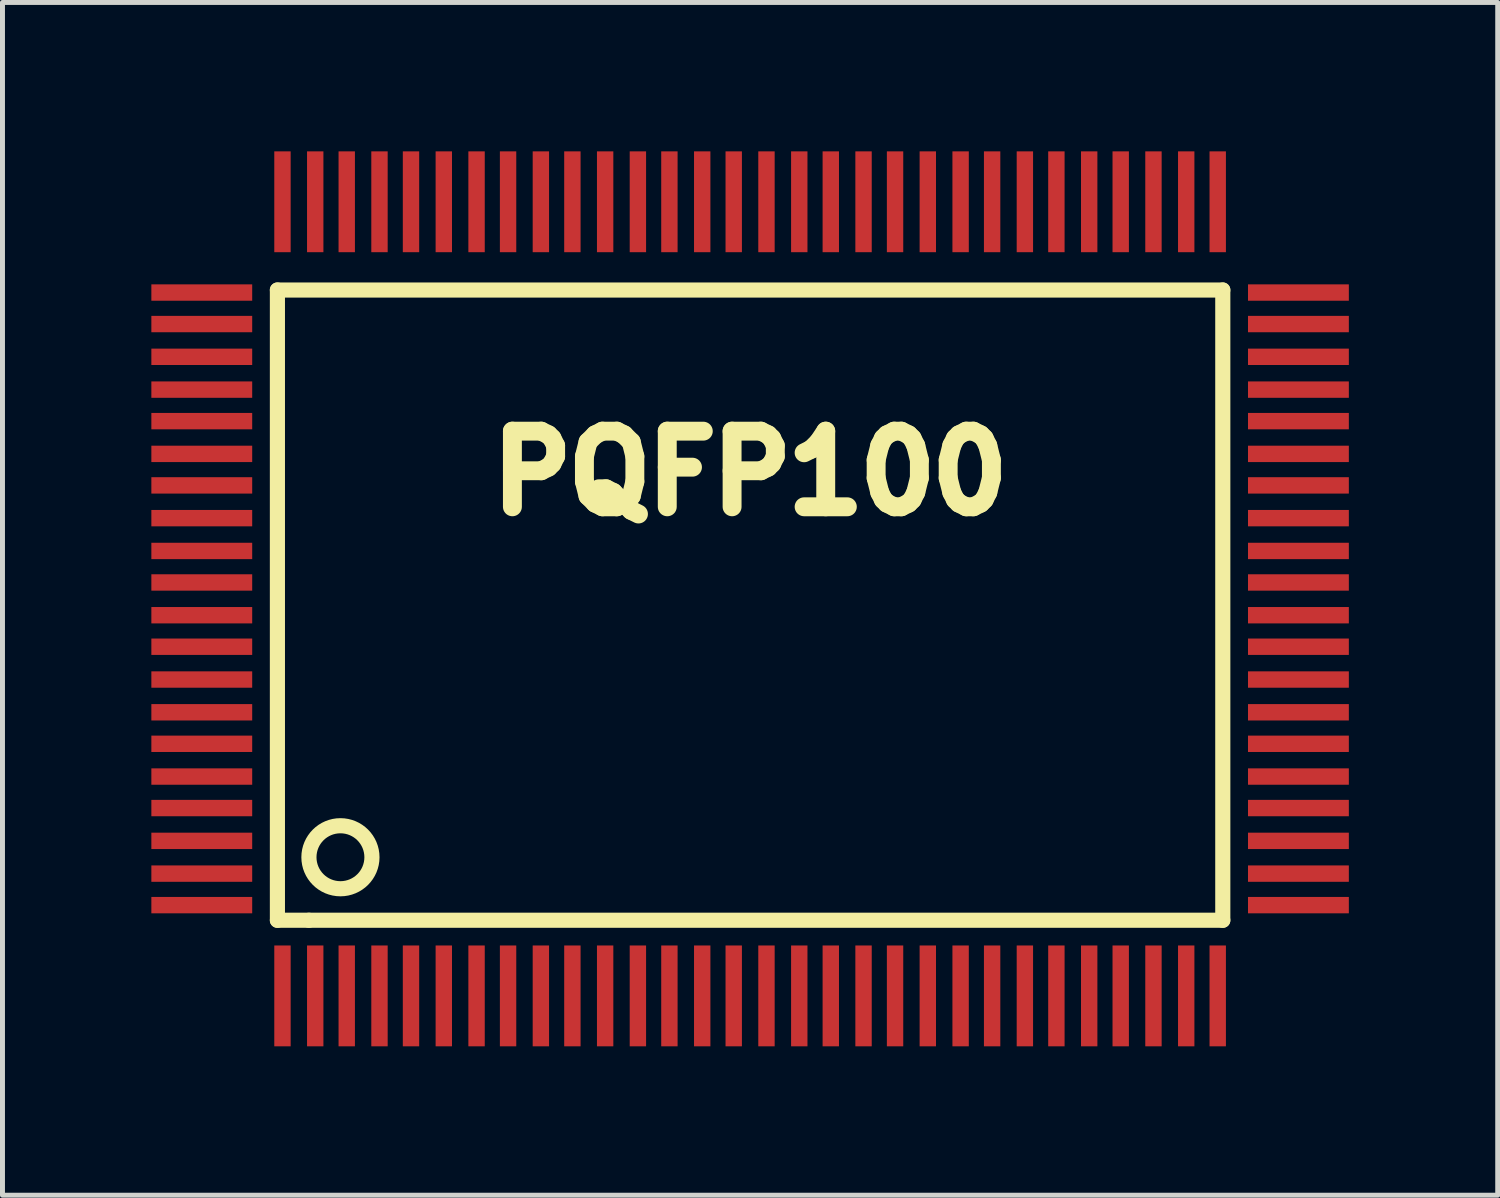
<source format=kicad_pcb>
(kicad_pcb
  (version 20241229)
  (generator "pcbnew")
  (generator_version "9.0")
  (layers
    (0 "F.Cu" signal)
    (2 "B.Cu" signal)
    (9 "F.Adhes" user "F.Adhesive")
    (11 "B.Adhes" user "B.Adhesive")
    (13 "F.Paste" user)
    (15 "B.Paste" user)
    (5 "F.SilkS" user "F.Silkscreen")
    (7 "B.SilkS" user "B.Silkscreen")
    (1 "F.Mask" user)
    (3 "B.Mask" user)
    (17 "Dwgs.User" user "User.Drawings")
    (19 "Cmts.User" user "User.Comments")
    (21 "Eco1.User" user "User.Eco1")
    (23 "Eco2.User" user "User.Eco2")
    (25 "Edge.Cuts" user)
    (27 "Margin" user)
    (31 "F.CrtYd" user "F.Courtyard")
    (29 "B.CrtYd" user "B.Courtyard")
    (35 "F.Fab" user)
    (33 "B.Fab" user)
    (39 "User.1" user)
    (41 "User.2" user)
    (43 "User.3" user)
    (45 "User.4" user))
  (footprint "PQFP100"
    (layer "F.Cu")
    (at 12.065 9.017)
    (property "Reference" "PQFP100" (at 0 -2.54 0) (layer "F.SilkS") (effects (font (size 1.524 1.524) (thickness 0.381))))
    (attr smd)
    (fp_line (start -9.525 -6.223) (end 9.525 -6.223) (stroke (width 0.305) (type solid)) (layer "F.SilkS"))
    (fp_line (start -9.525 6.477) (end -9.525 -6.223) (stroke (width 0.305) (type solid)) (layer "F.SilkS"))
    (fp_line (start -8.89 6.477) (end -9.525 6.477) (stroke (width 0.305) (type solid)) (layer "F.SilkS"))
    (fp_line (start 9.525 -6.223) (end 9.525 6.477) (stroke (width 0.305) (type solid)) (layer "F.SilkS"))
    (fp_line (start 9.525 6.477) (end -8.89 6.477) (stroke (width 0.305) (type solid)) (layer "F.SilkS"))
    (fp_circle (center -8.255 5.207) (end -8.255 5.842) (stroke (width 0.305) (type solid)) (fill no) (layer "F.SilkS"))
    (pad "1" smd rect (at -9.423 8.001) (size 0.33 2.032) (layers "F.Cu" "F.Mask" "F.Paste"))
    (pad "2" smd rect (at -8.763 8.001) (size 0.33 2.032) (layers "F.Cu" "F.Mask" "F.Paste"))
    (pad "3" smd rect (at -8.128 8.001) (size 0.33 2.032) (layers "F.Cu" "F.Mask" "F.Paste"))
    (pad "4" smd rect (at -7.468 8.001) (size 0.33 2.032) (layers "F.Cu" "F.Mask" "F.Paste"))
    (pad "5" smd rect (at -6.833 8.001) (size 0.33 2.032) (layers "F.Cu" "F.Mask" "F.Paste"))
    (pad "6" smd rect (at -6.172 8.001) (size 0.33 2.032) (layers "F.Cu" "F.Mask" "F.Paste"))
    (pad "7" smd rect (at -5.512 8.001) (size 0.33 2.032) (layers "F.Cu" "F.Mask" "F.Paste"))
    (pad "8" smd rect (at -4.877 8.001) (size 0.33 2.032) (layers "F.Cu" "F.Mask" "F.Paste"))
    (pad "9" smd rect (at -4.216 8.001) (size 0.33 2.032) (layers "F.Cu" "F.Mask" "F.Paste"))
    (pad "10" smd rect (at -3.581 8.001) (size 0.33 2.032) (layers "F.Cu" "F.Mask" "F.Paste"))
    (pad "11" smd rect (at -2.921 8.001) (size 0.33 2.032) (layers "F.Cu" "F.Mask" "F.Paste"))
    (pad "12" smd rect (at -2.261 8.001) (size 0.33 2.032) (layers "F.Cu" "F.Mask" "F.Paste"))
    (pad "13" smd rect (at -1.626 8.001) (size 0.33 2.032) (layers "F.Cu" "F.Mask" "F.Paste"))
    (pad "14" smd rect (at -0.965 8.001) (size 0.33 2.032) (layers "F.Cu" "F.Mask" "F.Paste"))
    (pad "15" smd rect (at -0.33 8.001) (size 0.33 2.032) (layers "F.Cu" "F.Mask" "F.Paste"))
    (pad "16" smd rect (at 0.33 8.001) (size 0.33 2.032) (layers "F.Cu" "F.Mask" "F.Paste"))
    (pad "17" smd rect (at 0.991 8.001) (size 0.33 2.032) (layers "F.Cu" "F.Mask" "F.Paste"))
    (pad "18" smd rect (at 1.626 8.001) (size 0.33 2.032) (layers "F.Cu" "F.Mask" "F.Paste"))
    (pad "19" smd rect (at 2.286 8.001) (size 0.33 2.032) (layers "F.Cu" "F.Mask" "F.Paste"))
    (pad "20" smd rect (at 2.921 8.001) (size 0.33 2.032) (layers "F.Cu" "F.Mask" "F.Paste"))
    (pad "21" smd rect (at 3.581 8.001) (size 0.33 2.032) (layers "F.Cu" "F.Mask" "F.Paste"))
    (pad "22" smd rect (at 4.242 8.001) (size 0.33 2.032) (layers "F.Cu" "F.Mask" "F.Paste"))
    (pad "23" smd rect (at 4.877 8.001) (size 0.33 2.032) (layers "F.Cu" "F.Mask" "F.Paste"))
    (pad "24" smd rect (at 5.537 8.001) (size 0.33 2.032) (layers "F.Cu" "F.Mask" "F.Paste"))
    (pad "25" smd rect (at 6.172 8.001) (size 0.33 2.032) (layers "F.Cu" "F.Mask" "F.Paste"))
    (pad "26" smd rect (at 6.833 8.001) (size 0.33 2.032) (layers "F.Cu" "F.Mask" "F.Paste"))
    (pad "27" smd rect (at 7.468 8.001) (size 0.33 2.032) (layers "F.Cu" "F.Mask" "F.Paste"))
    (pad "28" smd rect (at 8.128 8.001) (size 0.33 2.032) (layers "F.Cu" "F.Mask" "F.Paste"))
    (pad "29" smd rect (at 8.788 8.001) (size 0.33 2.032) (layers "F.Cu" "F.Mask" "F.Paste"))
    (pad "30" smd rect (at 9.423 8.001) (size 0.33 2.032) (layers "F.Cu" "F.Mask" "F.Paste"))
    (pad "31" smd rect (at 11.049 6.172) (size 2.032 0.33) (layers "F.Cu" "F.Mask" "F.Paste"))
    (pad "32" smd rect (at 11.049 5.537) (size 2.032 0.33) (layers "F.Cu" "F.Mask" "F.Paste"))
    (pad "33" smd rect (at 11.049 4.877) (size 2.032 0.33) (layers "F.Cu" "F.Mask" "F.Paste"))
    (pad "34" smd rect (at 11.049 4.216) (size 2.032 0.33) (layers "F.Cu" "F.Mask" "F.Paste"))
    (pad "35" smd rect (at 11.049 3.581) (size 2.032 0.33) (layers "F.Cu" "F.Mask" "F.Paste"))
    (pad "36" smd rect (at 11.049 2.921) (size 2.032 0.33) (layers "F.Cu" "F.Mask" "F.Paste"))
    (pad "37" smd rect (at 11.049 2.286) (size 2.032 0.33) (layers "F.Cu" "F.Mask" "F.Paste"))
    (pad "38" smd rect (at 11.049 1.626) (size 2.032 0.33) (layers "F.Cu" "F.Mask" "F.Paste"))
    (pad "39" smd rect (at 11.049 0.965) (size 2.032 0.33) (layers "F.Cu" "F.Mask" "F.Paste"))
    (pad "40" smd rect (at 11.049 0.33) (size 2.032 0.33) (layers "F.Cu" "F.Mask" "F.Paste"))
    (pad "41" smd rect (at 11.049 -0.33) (size 2.032 0.33) (layers "F.Cu" "F.Mask" "F.Paste"))
    (pad "42" smd rect (at 11.049 -0.965) (size 2.032 0.33) (layers "F.Cu" "F.Mask" "F.Paste"))
    (pad "43" smd rect (at 11.049 -1.626) (size 2.032 0.33) (layers "F.Cu" "F.Mask" "F.Paste"))
    (pad "44" smd rect (at 11.049 -2.286) (size 2.032 0.33) (layers "F.Cu" "F.Mask" "F.Paste"))
    (pad "45" smd rect (at 11.049 -2.921) (size 2.032 0.33) (layers "F.Cu" "F.Mask" "F.Paste"))
    (pad "46" smd rect (at 11.049 -3.581) (size 2.032 0.33) (layers "F.Cu" "F.Mask" "F.Paste"))
    (pad "47" smd rect (at 11.049 -4.216) (size 2.032 0.33) (layers "F.Cu" "F.Mask" "F.Paste"))
    (pad "48" smd rect (at 11.049 -4.877) (size 2.032 0.33) (layers "F.Cu" "F.Mask" "F.Paste"))
    (pad "49" smd rect (at 11.049 -5.537) (size 2.032 0.33) (layers "F.Cu" "F.Mask" "F.Paste"))
    (pad "50" smd rect (at 11.049 -6.172) (size 2.032 0.33) (layers "F.Cu" "F.Mask" "F.Paste"))
    (pad "51" smd rect (at 9.423 -8.001) (size 0.33 2.032) (layers "F.Cu" "F.Mask" "F.Paste"))
    (pad "52" smd rect (at 8.788 -8.001) (size 0.33 2.032) (layers "F.Cu" "F.Mask" "F.Paste"))
    (pad "53" smd rect (at 8.128 -8.001) (size 0.33 2.032) (layers "F.Cu" "F.Mask" "F.Paste"))
    (pad "54" smd rect (at 7.468 -8.001) (size 0.33 2.032) (layers "F.Cu" "F.Mask" "F.Paste"))
    (pad "55" smd rect (at 6.833 -8.001) (size 0.33 2.032) (layers "F.Cu" "F.Mask" "F.Paste"))
    (pad "56" smd rect (at 6.172 -8.001) (size 0.33 2.032) (layers "F.Cu" "F.Mask" "F.Paste"))
    (pad "57" smd rect (at 5.537 -8.001) (size 0.33 2.032) (layers "F.Cu" "F.Mask" "F.Paste"))
    (pad "58" smd rect (at 4.877 -8.001) (size 0.33 2.032) (layers "F.Cu" "F.Mask" "F.Paste"))
    (pad "59" smd rect (at 4.242 -8.001) (size 0.33 2.032) (layers "F.Cu" "F.Mask" "F.Paste"))
    (pad "60" smd rect (at 3.581 -8.001) (size 0.33 2.032) (layers "F.Cu" "F.Mask" "F.Paste"))
    (pad "61" smd rect (at 2.921 -8.001) (size 0.33 2.032) (layers "F.Cu" "F.Mask" "F.Paste"))
    (pad "62" smd rect (at 2.286 -8.001) (size 0.33 2.032) (layers "F.Cu" "F.Mask" "F.Paste"))
    (pad "63" smd rect (at 1.626 -8.001) (size 0.33 2.032) (layers "F.Cu" "F.Mask" "F.Paste"))
    (pad "64" smd rect (at 0.991 -8.001) (size 0.33 2.032) (layers "F.Cu" "F.Mask" "F.Paste"))
    (pad "65" smd rect (at 0.33 -8.001) (size 0.33 2.032) (layers "F.Cu" "F.Mask" "F.Paste"))
    (pad "66" smd rect (at -0.33 -8.001) (size 0.33 2.032) (layers "F.Cu" "F.Mask" "F.Paste"))
    (pad "67" smd rect (at -0.965 -8.001) (size 0.33 2.032) (layers "F.Cu" "F.Mask" "F.Paste"))
    (pad "68" smd rect (at -1.626 -8.001) (size 0.33 2.032) (layers "F.Cu" "F.Mask" "F.Paste"))
    (pad "69" smd rect (at -2.261 -8.001) (size 0.33 2.032) (layers "F.Cu" "F.Mask" "F.Paste"))
    (pad "70" smd rect (at -2.921 -8.001) (size 0.33 2.032) (layers "F.Cu" "F.Mask" "F.Paste"))
    (pad "71" smd rect (at -3.581 -8.001) (size 0.33 2.032) (layers "F.Cu" "F.Mask" "F.Paste"))
    (pad "72" smd rect (at -4.216 -8.001) (size 0.33 2.032) (layers "F.Cu" "F.Mask" "F.Paste"))
    (pad "73" smd rect (at -4.877 -8.001) (size 0.33 2.032) (layers "F.Cu" "F.Mask" "F.Paste"))
    (pad "74" smd rect (at -5.512 -8.001) (size 0.33 2.032) (layers "F.Cu" "F.Mask" "F.Paste"))
    (pad "75" smd rect (at -6.172 -8.001) (size 0.33 2.032) (layers "F.Cu" "F.Mask" "F.Paste"))
    (pad "76" smd rect (at -6.833 -8.001) (size 0.33 2.032) (layers "F.Cu" "F.Mask" "F.Paste"))
    (pad "77" smd rect (at -7.468 -8.001) (size 0.33 2.032) (layers "F.Cu" "F.Mask" "F.Paste"))
    (pad "78" smd rect (at -8.128 -8.001) (size 0.33 2.032) (layers "F.Cu" "F.Mask" "F.Paste"))
    (pad "79" smd rect (at -8.763 -8.001) (size 0.33 2.032) (layers "F.Cu" "F.Mask" "F.Paste"))
    (pad "80" smd rect (at -9.423 -8.001) (size 0.33 2.032) (layers "F.Cu" "F.Mask" "F.Paste"))
    (pad "81" smd rect (at -11.049 -6.172) (size 2.032 0.33) (layers "F.Cu" "F.Mask" "F.Paste"))
    (pad "82" smd rect (at -11.049 -5.537) (size 2.032 0.33) (layers "F.Cu" "F.Mask" "F.Paste"))
    (pad "83" smd rect (at -11.049 -4.877) (size 2.032 0.33) (layers "F.Cu" "F.Mask" "F.Paste"))
    (pad "84" smd rect (at -11.049 -4.216) (size 2.032 0.33) (layers "F.Cu" "F.Mask" "F.Paste"))
    (pad "85" smd rect (at -11.049 -3.581) (size 2.032 0.33) (layers "F.Cu" "F.Mask" "F.Paste"))
    (pad "86" smd rect (at -11.049 -2.921) (size 2.032 0.33) (layers "F.Cu" "F.Mask" "F.Paste"))
    (pad "87" smd rect (at -11.049 -2.286) (size 2.032 0.33) (layers "F.Cu" "F.Mask" "F.Paste"))
    (pad "88" smd rect (at -11.049 -1.626) (size 2.032 0.33) (layers "F.Cu" "F.Mask" "F.Paste"))
    (pad "89" smd rect (at -11.049 -0.965) (size 2.032 0.33) (layers "F.Cu" "F.Mask" "F.Paste"))
    (pad "90" smd rect (at -11.049 -0.33) (size 2.032 0.33) (layers "F.Cu" "F.Mask" "F.Paste"))
    (pad "91" smd rect (at -11.049 0.33) (size 2.032 0.33) (layers "F.Cu" "F.Mask" "F.Paste"))
    (pad "92" smd rect (at -11.049 0.965) (size 2.032 0.33) (layers "F.Cu" "F.Mask" "F.Paste"))
    (pad "93" smd rect (at -11.049 1.626) (size 2.032 0.33) (layers "F.Cu" "F.Mask" "F.Paste"))
    (pad "94" smd rect (at -11.049 2.286) (size 2.032 0.33) (layers "F.Cu" "F.Mask" "F.Paste"))
    (pad "95" smd rect (at -11.049 2.921) (size 2.032 0.33) (layers "F.Cu" "F.Mask" "F.Paste"))
    (pad "96" smd rect (at -11.049 3.581) (size 2.032 0.33) (layers "F.Cu" "F.Mask" "F.Paste"))
    (pad "97" smd rect (at -11.049 4.216) (size 2.032 0.33) (layers "F.Cu" "F.Mask" "F.Paste"))
    (pad "98" smd rect (at -11.049 4.877) (size 2.032 0.33) (layers "F.Cu" "F.Mask" "F.Paste"))
    (pad "99" smd rect (at -11.049 5.537) (size 2.032 0.33) (layers "F.Cu" "F.Mask" "F.Paste"))
    (pad "100" smd rect (at -11.049 6.172) (size 2.032 0.33) (layers "F.Cu" "F.Mask" "F.Paste")))
  (gr_rect
    (start -3 -3)
    (end 27.13 21.034)
    (stroke (width 0.1) (type default))
    (fill no)
    (layer "Edge.Cuts")))
</source>
